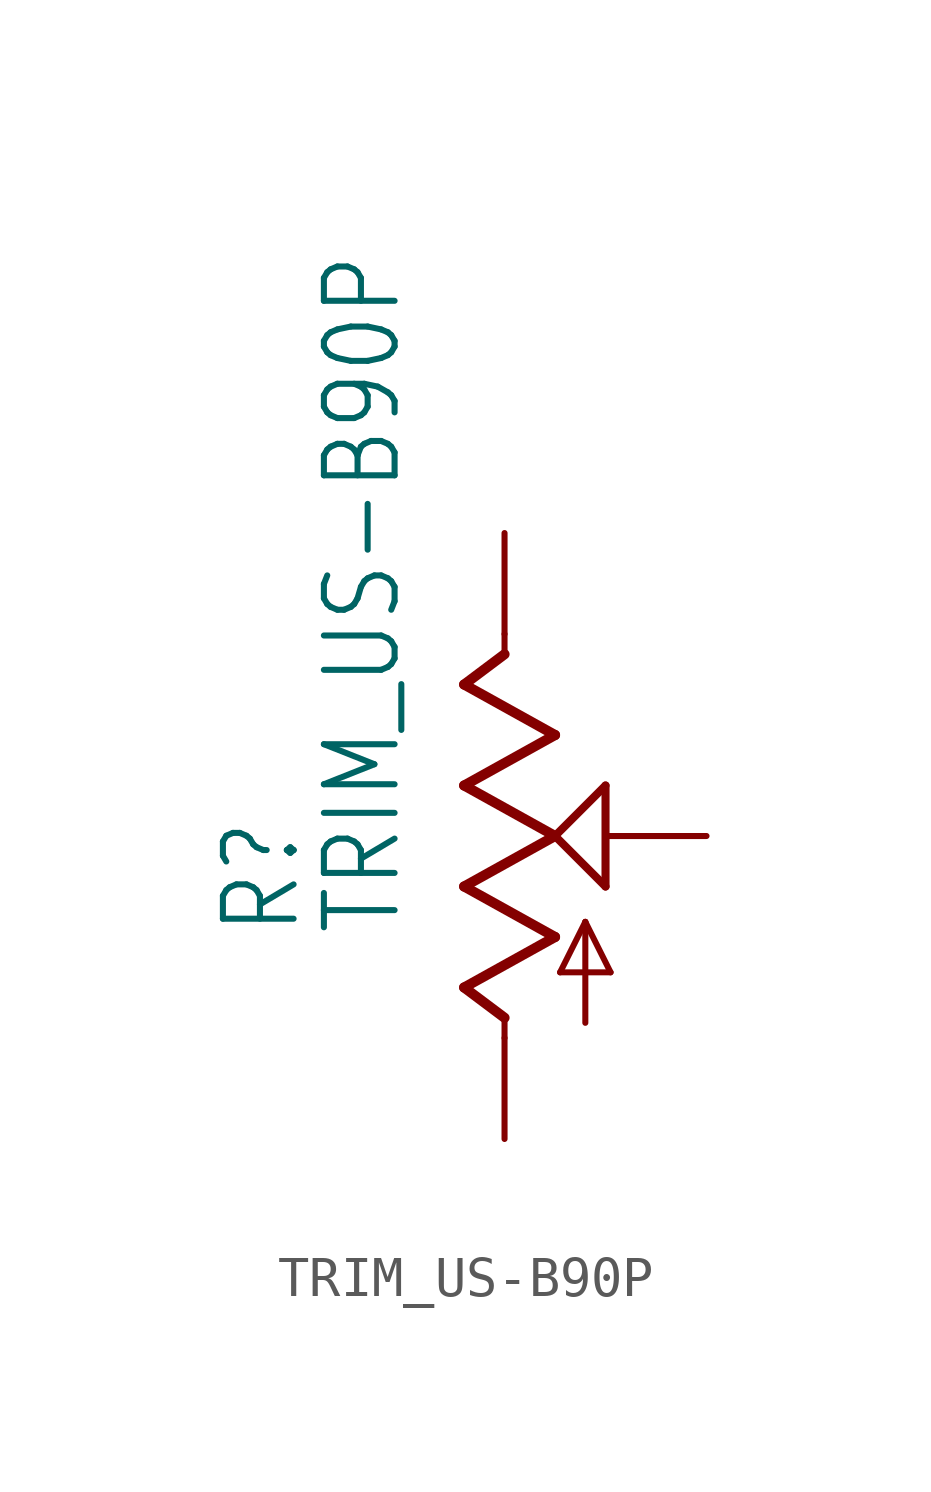
<source format=kicad_sym>
(kicad_symbol_lib
  (version 20211014)
  (generator kicad_symbol_editor)
  (symbol "TRIM_US-B90P"
    (property "Reference" "R"
      (at -5.08 -2.54 90)
      (effects (font (size 1.778 1.511)) (justify left bottom)))
    (property "Value" "TRIM_US-B90P"
      (at -2.54 -2.54 90)
      (effects (font (size 1.778 1.511)) (justify left bottom)))
    (property "ki_locked" ""
      (at 0 0 0)
      (effects (font (size 1.27 1.27))))
    (symbol "TRIM_US-B90P_1_0"
      (polyline (pts (xy -1.016 -3.81) (xy 1.27 -2.54)) (stroke (width 0.254) (type default) (color 0 0 0 0)) (fill (type none)))
      (polyline (pts (xy -1.016 -1.27) (xy 1.27 0)) (stroke (width 0.254) (type default) (color 0 0 0 0)) (fill (type none)))
      (polyline (pts (xy -1.016 1.27) (xy 1.27 2.54)) (stroke (width 0.254) (type default) (color 0 0 0 0)) (fill (type none)))
      (polyline (pts (xy -1.016 3.81) (xy 0 4.572)) (stroke (width 0.254) (type default) (color 0 0 0 0)) (fill (type none)))
      (polyline (pts (xy 0 -5.08) (xy 0 -4.572)) (stroke (width 0.152) (type default) (color 0 0 0 0)) (fill (type none)))
      (polyline (pts (xy 0 -4.572) (xy -1.016 -3.81)) (stroke (width 0.254) (type default) (color 0 0 0 0)) (fill (type none)))
      (polyline (pts (xy 0 4.572) (xy 0 5.08)) (stroke (width 0.152) (type default) (color 0 0 0 0)) (fill (type none)))
      (polyline (pts (xy 1.27 -2.54) (xy -1.016 -1.27)) (stroke (width 0.254) (type default) (color 0 0 0 0)) (fill (type none)))
      (polyline (pts (xy 1.27 0) (xy -1.016 1.27)) (stroke (width 0.254) (type default) (color 0 0 0 0)) (fill (type none)))
      (polyline (pts (xy 1.27 0) (xy 2.54 1.27)) (stroke (width 0.203) (type default) (color 0 0 0 0)) (fill (type none)))
      (polyline (pts (xy 1.27 2.54) (xy -1.016 3.81)) (stroke (width 0.254) (type default) (color 0 0 0 0)) (fill (type none)))
      (polyline (pts (xy 1.397 -3.429) (xy 2.032 -2.159)) (stroke (width 0.152) (type default) (color 0 0 0 0)) (fill (type none)))
      (polyline (pts (xy 2.032 -4.699) (xy 2.032 -2.159)) (stroke (width 0.152) (type default) (color 0 0 0 0)) (fill (type none)))
      (polyline (pts (xy 2.032 -2.159) (xy 2.667 -3.429)) (stroke (width 0.152) (type default) (color 0 0 0 0)) (fill (type none)))
      (polyline (pts (xy 2.54 -1.27) (xy 1.27 0)) (stroke (width 0.203) (type default) (color 0 0 0 0)) (fill (type none)))
      (polyline (pts (xy 2.54 1.27) (xy 2.54 -1.27)) (stroke (width 0.203) (type default) (color 0 0 0 0)) (fill (type none)))
      (polyline (pts (xy 2.667 -3.429) (xy 1.397 -3.429)) (stroke (width 0.152) (type default) (color 0 0 0 0)) (fill (type none)))
      (pin passive line (at 0 -7.62 90) (length 2.54) (name "A" (effects (font (size 0 0)))) (number "A" (effects (font (size 0 0)))))
      (pin passive line (at 0 7.62 270) (length 2.54) (name "E" (effects (font (size 0 0)))) (number "E" (effects (font (size 0 0)))))
      (pin passive line (at 5.08 0 180) (length 2.54) (name "S" (effects (font (size 0 0)))) (number "S" (effects (font (size 0 0))))))))
</source>
